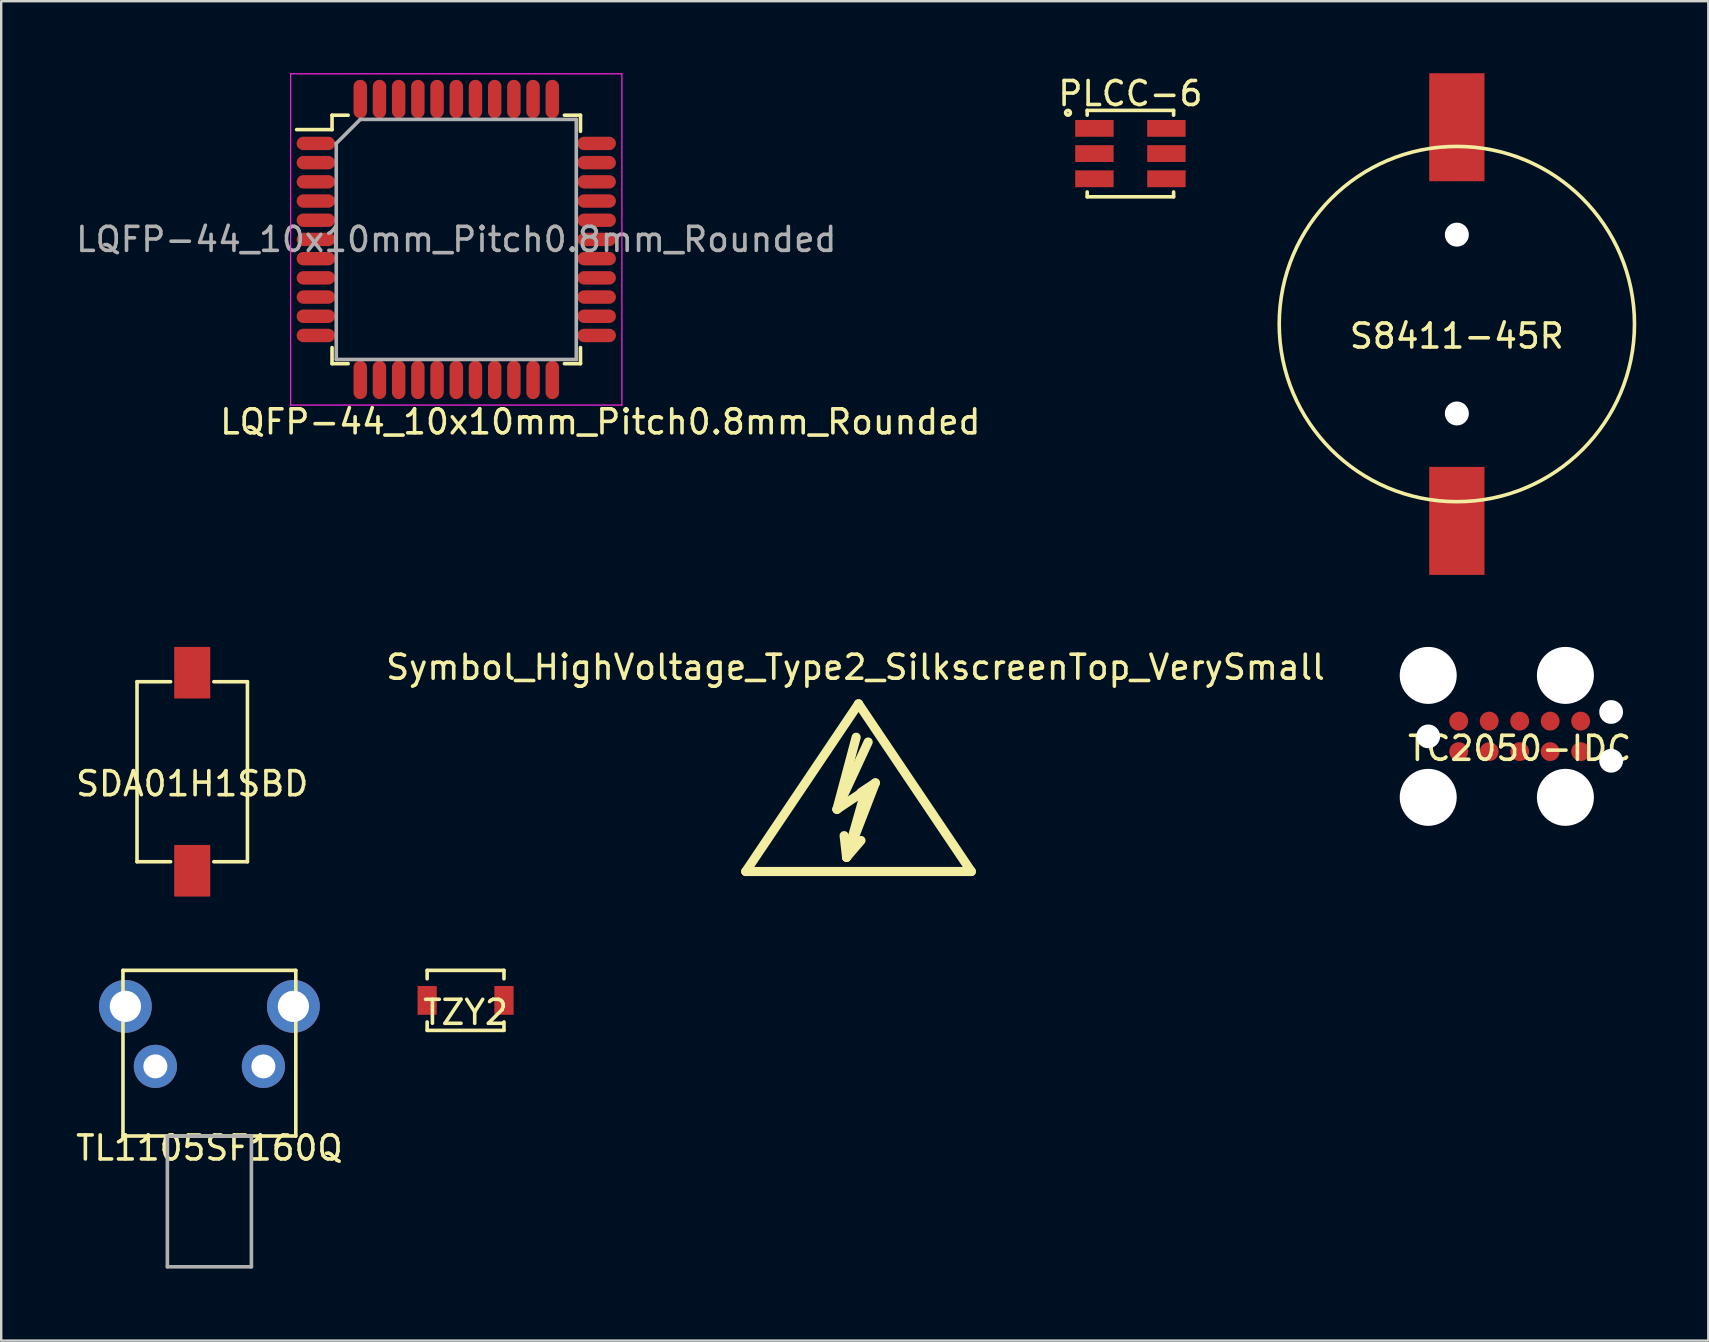
<source format=kicad_pcb>
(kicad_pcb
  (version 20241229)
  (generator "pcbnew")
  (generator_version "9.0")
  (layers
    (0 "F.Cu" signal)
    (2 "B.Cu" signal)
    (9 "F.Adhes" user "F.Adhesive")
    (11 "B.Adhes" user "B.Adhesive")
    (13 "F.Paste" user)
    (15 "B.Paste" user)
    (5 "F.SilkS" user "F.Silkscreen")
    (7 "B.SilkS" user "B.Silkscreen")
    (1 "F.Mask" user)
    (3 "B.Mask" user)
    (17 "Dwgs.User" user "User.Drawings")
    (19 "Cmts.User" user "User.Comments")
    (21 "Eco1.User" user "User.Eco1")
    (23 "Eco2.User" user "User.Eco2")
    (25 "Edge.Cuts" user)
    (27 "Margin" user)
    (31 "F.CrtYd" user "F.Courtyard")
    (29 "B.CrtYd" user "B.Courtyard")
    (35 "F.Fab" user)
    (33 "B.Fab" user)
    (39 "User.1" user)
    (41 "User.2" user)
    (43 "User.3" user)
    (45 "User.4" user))
  (footprint "Symbol_HighVoltage_Type2_SilkscreenTop_VerySmall"
    (layer "F.Cu")
    (at 32.716 30.463)
    (property "Reference" "Symbol_HighVoltage_Type2_SilkscreenTop_VerySmall" (at -0.127 -5.715 0) (layer "F.SilkS") (effects (font (size 1 1) (thickness 0.15))))
    (attr through_hole)
    (fp_line (start -4.699 2.794) (end 0 -4.191) (stroke (width 0.381) (type solid)) (layer "F.SilkS"))
    (fp_line (start -0.899 0.201) (end 0.3 -0.599) (stroke (width 0.381) (type solid)) (layer "F.SilkS"))
    (fp_line (start -0.899 0.201) (end 0.401 -2.601) (stroke (width 0.381) (type solid)) (layer "F.SilkS"))
    (fp_line (start -0.498 2.2) (end -0.599 1.3) (stroke (width 0.381) (type solid)) (layer "F.SilkS"))
    (fp_line (start -0.498 2.2) (end 0.102 1.501) (stroke (width 0.381) (type solid)) (layer "F.SilkS"))
    (fp_line (start -0.498 2.2) (end 0.701 -0.899) (stroke (width 0.381) (type solid)) (layer "F.SilkS"))
    (fp_line (start -0.099 -2.799) (end -0.899 0.201) (stroke (width 0.381) (type solid)) (layer "F.SilkS"))
    (fp_line (start 0 -4.191) (end 4.699 2.794) (stroke (width 0.381) (type solid)) (layer "F.SilkS"))
    (fp_line (start 0.3 -0.599) (end -0.498 2.2) (stroke (width 0.381) (type solid)) (layer "F.SilkS"))
    (fp_line (start 0.701 -0.899) (end 0.102 -0.5) (stroke (width 0.381) (type solid)) (layer "F.SilkS"))
    (fp_line (start 4.699 2.794) (end -4.699 2.794) (stroke (width 0.381) (type solid)) (layer "F.SilkS")))
  (footprint "TZY2"
    (layer "F.Cu")
    (at 16.345 38.625)
    (property "Reference" "TZY2" (at 0 0.5 0) (layer "F.SilkS") (effects (font (size 1 1) (thickness 0.15))))
    (attr through_hole)
    (fp_line (start -1.6 -1.25) (end -1.6 -0.9) (stroke (width 0.15) (type solid)) (layer "F.SilkS"))
    (fp_line (start -1.6 -1.25) (end 1.6 -1.25) (stroke (width 0.15) (type solid)) (layer "F.SilkS"))
    (fp_line (start -1.6 1.25) (end -1.6 0.9) (stroke (width 0.15) (type solid)) (layer "F.SilkS"))
    (fp_line (start -1.6 1.25) (end 1.6 1.25) (stroke (width 0.15) (type solid)) (layer "F.SilkS"))
    (fp_line (start 1.6 -1.25) (end 1.6 -0.9) (stroke (width 0.15) (type solid)) (layer "F.SilkS"))
    (fp_line (start 1.6 1.25) (end 1.6 0.9) (stroke (width 0.15) (type solid)) (layer "F.SilkS"))
    (pad "1" smd rect (at -1.6 0) (size 0.8 1.2) (layers "F.Cu" "F.Mask" "F.Paste"))
    (pad "2" smd rect (at 1.6 0) (size 0.8 1.2) (layers "F.Cu" "F.Mask" "F.Paste")))
  (footprint "SDA01H1SBD"
    (layer "F.Cu")
    (at 4.958 29.1)
    (property "Reference" "SDA01H1SBD" (at 0 0.5 0) (layer "F.SilkS") (effects (font (size 1 1) (thickness 0.15))))
    (attr through_hole)
    (fp_line (start -2.3 -3.75) (end -2.3 3.75) (stroke (width 0.15) (type solid)) (layer "F.SilkS"))
    (fp_line (start -2.3 -3.75) (end -0.9 -3.75) (stroke (width 0.15) (type solid)) (layer "F.SilkS"))
    (fp_line (start -2.3 3.75) (end -0.9 3.75) (stroke (width 0.15) (type solid)) (layer "F.SilkS"))
    (fp_line (start 2.3 -3.75) (end 0.9 -3.75) (stroke (width 0.15) (type solid)) (layer "F.SilkS"))
    (fp_line (start 2.3 -3.75) (end 2.3 3.75) (stroke (width 0.15) (type solid)) (layer "F.SilkS"))
    (fp_line (start 2.3 3.75) (end 0.9 3.75) (stroke (width 0.15) (type solid)) (layer "F.SilkS"))
    (pad "1" smd rect (at 0 -4.125) (size 1.5 2.15) (layers "F.Cu" "F.Mask" "F.Paste"))
    (pad "2" smd rect (at 0 4.125) (size 1.5 2.15) (layers "F.Cu" "F.Mask" "F.Paste")))
  (footprint "TC2050-IDC"
    (layer "F.Cu")
    (at 60.259 27.627)
    (property "Reference" "TC2050-IDC" (at 0 0.5 0) (layer "F.SilkS") (effects (font (size 1 1) (thickness 0.15))))
    (attr through_hole)
    (pad "" np_thru_hole circle (at -3.81 -2.54) (size 2.375 2.375) (drill 2.375) (layers "*.Cu" "*.Mask"))
    (pad "" np_thru_hole circle (at -3.81 0) (size 0.991 0.991) (drill 0.991) (layers "*.Cu" "*.Mask"))
    (pad "" np_thru_hole circle (at -3.81 2.54) (size 2.375 2.375) (drill 2.375) (layers "*.Cu" "*.Mask"))
    (pad "" np_thru_hole circle (at 1.905 -2.54) (size 2.375 2.375) (drill 2.375) (layers "*.Cu" "*.Mask"))
    (pad "" np_thru_hole circle (at 1.905 2.54) (size 2.375 2.375) (drill 2.375) (layers "*.Cu" "*.Mask"))
    (pad "" np_thru_hole circle (at 3.81 -1.016) (size 0.991 0.991) (drill 0.991) (layers "*.Cu" "*.Mask"))
    (pad "" np_thru_hole circle (at 3.81 1.016) (size 0.991 0.991) (drill 0.991) (layers "*.Cu" "*.Mask"))
    (pad "1" smd circle (at -2.54 0.635) (size 0.787 0.787) (layers "F.Cu" "F.Mask"))
    (pad "2" smd circle (at -1.27 0.635) (size 0.787 0.787) (layers "F.Cu" "F.Mask"))
    (pad "3" smd circle (at 0 0.635) (size 0.787 0.787) (layers "F.Cu" "F.Mask"))
    (pad "4" smd circle (at 1.27 0.635) (size 0.787 0.787) (layers "F.Cu" "F.Mask"))
    (pad "5" smd circle (at 2.54 0.635) (size 0.787 0.787) (layers "F.Cu" "F.Mask"))
    (pad "6" smd circle (at 2.54 -0.635) (size 0.787 0.787) (layers "F.Cu" "F.Mask"))
    (pad "7" smd circle (at 1.27 -0.635) (size 0.787 0.787) (layers "F.Cu" "F.Mask"))
    (pad "8" smd circle (at 0 -0.635) (size 0.787 0.787) (layers "F.Cu" "F.Mask"))
    (pad "9" smd circle (at -1.27 -0.635) (size 0.787 0.787) (layers "F.Cu" "F.Mask"))
    (pad "10" smd circle (at -2.54 -0.635) (size 0.787 0.787) (layers "F.Cu" "F.Mask")))
  (footprint "PLCC-6"
    (layer "F.Cu")
    (at 44.042 3.348)
    (property "Reference" "PLCC-6" (at 0 -2.5 0) (layer "F.SilkS") (effects (font (size 1 1) (thickness 0.15))))
    (attr through_hole)
    (fp_line (start -1.8 -1.8) (end -1.8 -1.6) (stroke (width 0.15) (type solid)) (layer "F.SilkS"))
    (fp_line (start -1.8 -1.8) (end 1.8 -1.8) (stroke (width 0.15) (type solid)) (layer "F.SilkS"))
    (fp_line (start -1.8 1.8) (end -1.8 1.6) (stroke (width 0.15) (type solid)) (layer "F.SilkS"))
    (fp_line (start -1.8 1.8) (end 1.8 1.8) (stroke (width 0.15) (type solid)) (layer "F.SilkS"))
    (fp_line (start 1.8 -1.8) (end 1.8 -1.6) (stroke (width 0.15) (type solid)) (layer "F.SilkS"))
    (fp_line (start 1.8 1.8) (end 1.8 1.6) (stroke (width 0.15) (type solid)) (layer "F.SilkS"))
    (fp_circle (center -2.6 -1.7) (end -2.5 -1.7) (stroke (width 0.15) (type solid)) (fill no) (layer "F.SilkS"))
    (pad "1" smd rect (at -1.5 -1.05) (size 1.6 0.7) (layers "F.Cu" "F.Mask" "F.Paste"))
    (pad "2" smd rect (at -1.5 0) (size 1.6 0.7) (layers "F.Cu" "F.Mask" "F.Paste"))
    (pad "3" smd rect (at -1.5 1.05) (size 1.6 0.7) (layers "F.Cu" "F.Mask" "F.Paste"))
    (pad "4" smd rect (at 1.5 1.05) (size 1.6 0.7) (layers "F.Cu" "F.Mask" "F.Paste"))
    (pad "5" smd rect (at 1.5 0) (size 1.6 0.7) (layers "F.Cu" "F.Mask" "F.Paste"))
    (pad "6" smd rect (at 1.5 -1.05) (size 1.6 0.7) (layers "F.Cu" "F.Mask" "F.Paste")))
  (footprint "TL1105SF160Q"
    (layer "F.Cu")
    (at 5.673 44.275)
    (property "Reference" "TL1105SF160Q" (at 0 0.5 0) (layer "F.SilkS") (effects (font (size 1 1) (thickness 0.15))))
    (attr through_hole)
    (fp_line (start -3.6 -6.9) (end 3.6 -6.9) (stroke (width 0.15) (type solid)) (layer "F.SilkS"))
    (fp_line (start -3.6 0) (end -3.6 -6.9) (stroke (width 0.15) (type solid)) (layer "F.SilkS"))
    (fp_line (start 3.6 -6.9) (end 3.6 0) (stroke (width 0.15) (type solid)) (layer "F.SilkS"))
    (fp_line (start 3.6 0) (end -3.6 0) (stroke (width 0.15) (type solid)) (layer "F.SilkS"))
    (fp_line (start -1.75 0) (end -1.75 5.45) (stroke (width 0.15) (type solid)) (layer "F.Fab"))
    (fp_line (start -1.75 0) (end 1.75 0) (stroke (width 0.15) (type solid)) (layer "F.Fab"))
    (fp_line (start -1.75 5.45) (end 1.75 5.45) (stroke (width 0.15) (type solid)) (layer "F.Fab"))
    (fp_line (start 1.75 5.45) (end 1.75 0) (stroke (width 0.15) (type solid)) (layer "F.Fab"))
    (pad "" np_thru_hole circle (at -3.5 -5.4) (size 2.2 2.2) (drill 1.3) (layers "*.Cu" "*.Mask"))
    (pad "" np_thru_hole circle (at 3.5 -5.4) (size 2.2 2.2) (drill 1.3) (layers "*.Cu" "*.Mask"))
    (pad "1" thru_hole circle (at -2.25 -2.9) (size 1.8 1.8) (drill 1) (layers "*.Cu" "*.Mask"))
    (pad "2" thru_hole circle (at 2.25 -2.9) (size 1.8 1.8) (drill 1) (layers "*.Cu" "*.Mask")))
  (footprint "S8411-45R"
    (layer "F.Cu")
    (at 57.642 10.45)
    (property "Reference" "S8411-45R" (at 0 0.5 0) (layer "F.SilkS") (effects (font (size 1 1) (thickness 0.15))))
    (attr through_hole)
    (fp_circle (center 0 0) (end 7.4 0) (stroke (width 0.15) (type solid)) (fill no) (layer "F.SilkS"))
    (pad "" np_thru_hole circle (at 0 -3.725) (size 1 1) (drill 1) (layers "*.Cu" "*.Mask"))
    (pad "" np_thru_hole circle (at 0 3.725) (size 1 1) (drill 1) (layers "*.Cu" "*.Mask"))
    (pad "1" smd rect (at 0 8.2) (size 2.3 4.5) (layers "F.Cu" "F.Mask" "F.Paste"))
    (pad "2" smd rect (at 0 -8.2) (size 2.3 4.5) (layers "F.Cu" "F.Mask" "F.Paste")))
  (footprint "LQFP-44_10x10mm_Pitch0.8mm_Rounded"
    (layer "F.Cu")
    (at 15.958 6.925)
    (property "Reference" "LQFP-44_10x10mm_Pitch0.8mm_Rounded" (at 6 7.6 0) (layer "F.SilkS") (effects (font (size 1 1) (thickness 0.15))))
    (attr smd)
    (fp_line (start -5.175 -5.175) (end -5.175 -4.575) (stroke (width 0.15) (type solid)) (layer "F.SilkS"))
    (fp_line (start -5.175 -5.175) (end -4.505 -5.175) (stroke (width 0.15) (type solid)) (layer "F.SilkS"))
    (fp_line (start -5.175 -4.575) (end -6.65 -4.575) (stroke (width 0.15) (type solid)) (layer "F.SilkS"))
    (fp_line (start -5.175 5.175) (end -5.175 4.505) (stroke (width 0.15) (type solid)) (layer "F.SilkS"))
    (fp_line (start -5.175 5.175) (end -4.505 5.175) (stroke (width 0.15) (type solid)) (layer "F.SilkS"))
    (fp_line (start 5.175 -5.175) (end 4.505 -5.175) (stroke (width 0.15) (type solid)) (layer "F.SilkS"))
    (fp_line (start 5.175 -5.175) (end 5.175 -4.505) (stroke (width 0.15) (type solid)) (layer "F.SilkS"))
    (fp_line (start 5.175 5.175) (end 4.505 5.175) (stroke (width 0.15) (type solid)) (layer "F.SilkS"))
    (fp_line (start 5.175 5.175) (end 5.175 4.505) (stroke (width 0.15) (type solid)) (layer "F.SilkS"))
    (fp_line (start -6.9 -6.9) (end -6.9 6.9) (stroke (width 0.05) (type solid)) (layer "F.CrtYd"))
    (fp_line (start -6.9 -6.9) (end 6.9 -6.9) (stroke (width 0.05) (type solid)) (layer "F.CrtYd"))
    (fp_line (start -6.9 6.9) (end 6.9 6.9) (stroke (width 0.05) (type solid)) (layer "F.CrtYd"))
    (fp_line (start 6.9 -6.9) (end 6.9 6.9) (stroke (width 0.05) (type solid)) (layer "F.CrtYd"))
    (fp_line (start -5 -4) (end -4 -5) (stroke (width 0.15) (type solid)) (layer "F.Fab"))
    (fp_line (start -5 5) (end -5 -4) (stroke (width 0.15) (type solid)) (layer "F.Fab"))
    (fp_line (start -4 -5) (end 5 -5) (stroke (width 0.15) (type solid)) (layer "F.Fab"))
    (fp_line (start 5 -5) (end 5 5) (stroke (width 0.15) (type solid)) (layer "F.Fab"))
    (fp_line (start 5 5) (end -5 5) (stroke (width 0.15) (type solid)) (layer "F.Fab"))
    (fp_text user "${REFERENCE}" (at 0 0 0) (layer "F.Fab") (effects (font (size 1 1) (thickness 0.15))))
    (pad "1" smd oval (at -5.85 -4) (size 1.6 0.56) (layers "F.Cu" "F.Mask" "F.Paste"))
    (pad "2" smd oval (at -5.85 -3.2) (size 1.6 0.56) (layers "F.Cu" "F.Mask" "F.Paste"))
    (pad "3" smd oval (at -5.85 -2.4) (size 1.6 0.56) (layers "F.Cu" "F.Mask" "F.Paste"))
    (pad "4" smd oval (at -5.85 -1.6) (size 1.6 0.56) (layers "F.Cu" "F.Mask" "F.Paste"))
    (pad "5" smd oval (at -5.85 -0.8) (size 1.6 0.56) (layers "F.Cu" "F.Mask" "F.Paste"))
    (pad "6" smd oval (at -5.85 0) (size 1.6 0.56) (layers "F.Cu" "F.Mask" "F.Paste"))
    (pad "7" smd oval (at -5.85 0.8) (size 1.6 0.56) (layers "F.Cu" "F.Mask" "F.Paste"))
    (pad "8" smd oval (at -5.85 1.6) (size 1.6 0.56) (layers "F.Cu" "F.Mask" "F.Paste"))
    (pad "9" smd oval (at -5.85 2.4) (size 1.6 0.56) (layers "F.Cu" "F.Mask" "F.Paste"))
    (pad "10" smd oval (at -5.85 3.2) (size 1.6 0.56) (layers "F.Cu" "F.Mask" "F.Paste"))
    (pad "11" smd oval (at -5.85 4) (size 1.6 0.56) (layers "F.Cu" "F.Mask" "F.Paste"))
    (pad "12" smd oval (at -4 5.85 90) (size 1.6 0.56) (layers "F.Cu" "F.Mask" "F.Paste"))
    (pad "13" smd oval (at -3.2 5.85 90) (size 1.6 0.56) (layers "F.Cu" "F.Mask" "F.Paste"))
    (pad "14" smd oval (at -2.4 5.85 90) (size 1.6 0.56) (layers "F.Cu" "F.Mask" "F.Paste"))
    (pad "15" smd oval (at -1.6 5.85 90) (size 1.6 0.56) (layers "F.Cu" "F.Mask" "F.Paste"))
    (pad "16" smd oval (at -0.8 5.85 90) (size 1.6 0.56) (layers "F.Cu" "F.Mask" "F.Paste"))
    (pad "17" smd oval (at 0 5.85 90) (size 1.6 0.56) (layers "F.Cu" "F.Mask" "F.Paste"))
    (pad "18" smd oval (at 0.8 5.85 90) (size 1.6 0.56) (layers "F.Cu" "F.Mask" "F.Paste"))
    (pad "19" smd oval (at 1.6 5.85 90) (size 1.6 0.56) (layers "F.Cu" "F.Mask" "F.Paste"))
    (pad "20" smd oval (at 2.4 5.85 90) (size 1.6 0.56) (layers "F.Cu" "F.Mask" "F.Paste"))
    (pad "21" smd oval (at 3.2 5.85 90) (size 1.6 0.56) (layers "F.Cu" "F.Mask" "F.Paste"))
    (pad "22" smd oval (at 4 5.85 90) (size 1.6 0.56) (layers "F.Cu" "F.Mask" "F.Paste"))
    (pad "23" smd oval (at 5.85 4) (size 1.6 0.56) (layers "F.Cu" "F.Mask" "F.Paste"))
    (pad "24" smd oval (at 5.85 3.2) (size 1.6 0.56) (layers "F.Cu" "F.Mask" "F.Paste"))
    (pad "25" smd oval (at 5.85 2.4) (size 1.6 0.56) (layers "F.Cu" "F.Mask" "F.Paste"))
    (pad "26" smd oval (at 5.85 1.6) (size 1.6 0.56) (layers "F.Cu" "F.Mask" "F.Paste"))
    (pad "27" smd oval (at 5.85 0.8) (size 1.6 0.56) (layers "F.Cu" "F.Mask" "F.Paste"))
    (pad "28" smd oval (at 5.85 0) (size 1.6 0.56) (layers "F.Cu" "F.Mask" "F.Paste"))
    (pad "29" smd oval (at 5.85 -0.8) (size 1.6 0.56) (layers "F.Cu" "F.Mask" "F.Paste"))
    (pad "30" smd oval (at 5.85 -1.6) (size 1.6 0.56) (layers "F.Cu" "F.Mask" "F.Paste"))
    (pad "31" smd oval (at 5.85 -2.4) (size 1.6 0.56) (layers "F.Cu" "F.Mask" "F.Paste"))
    (pad "32" smd oval (at 5.85 -3.2) (size 1.6 0.56) (layers "F.Cu" "F.Mask" "F.Paste"))
    (pad "33" smd oval (at 5.85 -4) (size 1.6 0.56) (layers "F.Cu" "F.Mask" "F.Paste"))
    (pad "34" smd oval (at 4 -5.85 90) (size 1.6 0.56) (layers "F.Cu" "F.Mask" "F.Paste"))
    (pad "35" smd oval (at 3.2 -5.85 90) (size 1.6 0.56) (layers "F.Cu" "F.Mask" "F.Paste"))
    (pad "36" smd oval (at 2.4 -5.85 90) (size 1.6 0.56) (layers "F.Cu" "F.Mask" "F.Paste"))
    (pad "37" smd oval (at 1.6 -5.85 90) (size 1.6 0.56) (layers "F.Cu" "F.Mask" "F.Paste"))
    (pad "38" smd oval (at 0.8 -5.85 90) (size 1.6 0.56) (layers "F.Cu" "F.Mask" "F.Paste"))
    (pad "39" smd oval (at 0 -5.85 90) (size 1.6 0.56) (layers "F.Cu" "F.Mask" "F.Paste"))
    (pad "40" smd oval (at -0.8 -5.85 90) (size 1.6 0.56) (layers "F.Cu" "F.Mask" "F.Paste"))
    (pad "41" smd oval (at -1.6 -5.85 90) (size 1.6 0.56) (layers "F.Cu" "F.Mask" "F.Paste"))
    (pad "42" smd oval (at -2.4 -5.85 90) (size 1.6 0.56) (layers "F.Cu" "F.Mask" "F.Paste"))
    (pad "43" smd oval (at -3.2 -5.85 90) (size 1.6 0.56) (layers "F.Cu" "F.Mask" "F.Paste"))
    (pad "44" smd oval (at -4 -5.85 90) (size 1.6 0.56) (layers "F.Cu" "F.Mask" "F.Paste")))
  (gr_rect
    (start -3 -3)
    (end 68.117 52.8)
    (stroke (width 0.1) (type default))
    (fill no)
    (layer "Edge.Cuts")))
</source>
